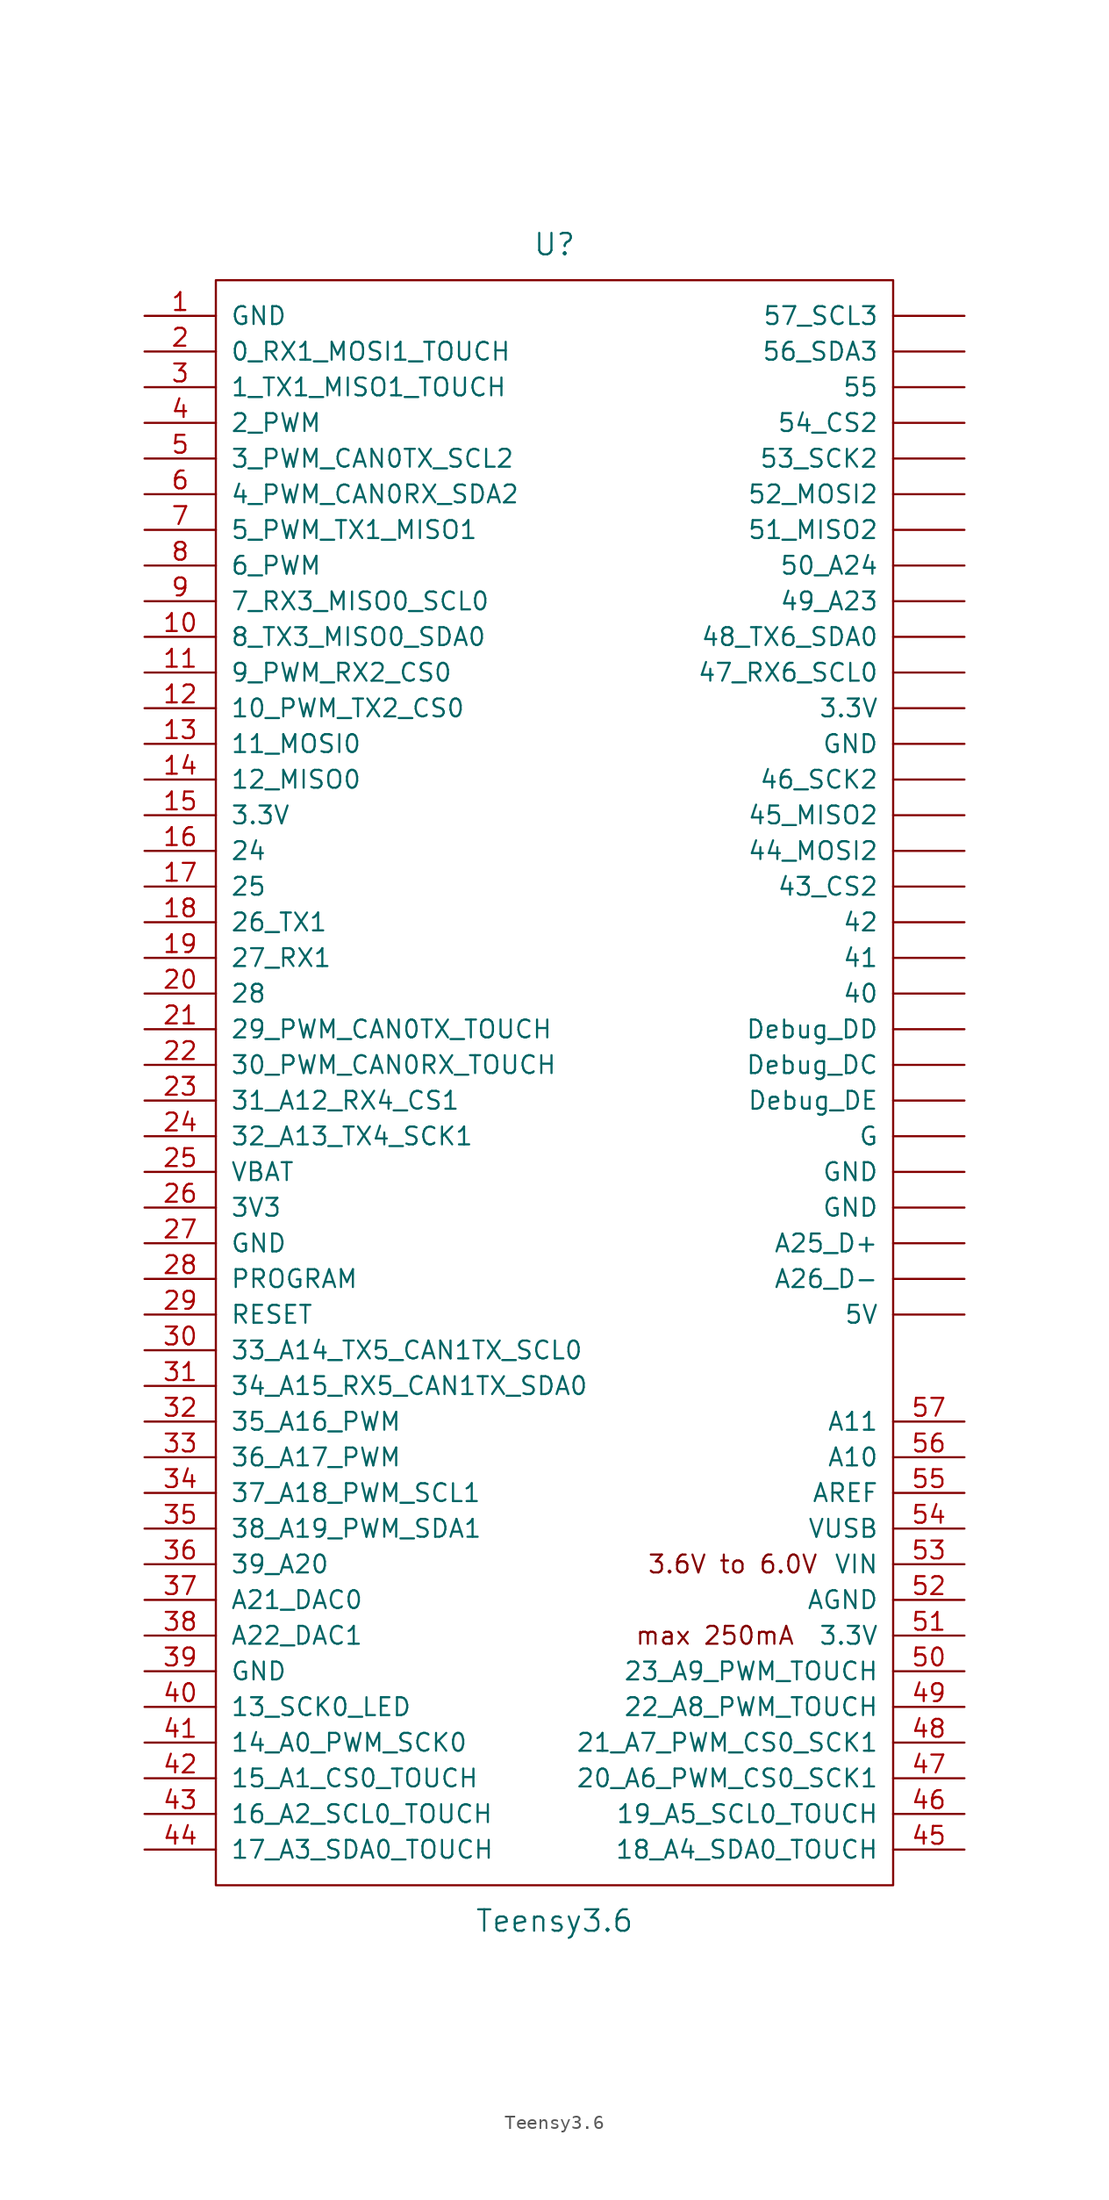
<source format=kicad_sym>
(kicad_symbol_lib
  (version 20211014)
  (generator kicad_symbol_editor)
  (symbol "Teensy3.6"
    (pin_names
      (offset 1.016))
    (property "Reference" "U"
      (at 0 59.69 0)
      (effects (font (size 1.524 1.524))))
    (property "Value" "Teensy3.6"
      (at 0 -59.69 0)
      (effects (font (size 1.524 1.524))))
    (property "Footprint" ""
      (at 0 1.27 0)
      (effects (font (size 1.524 1.524))))
    (property "Datasheet" ""
      (at 0 1.27 0)
      (effects (font (size 1.524 1.524))))
    (symbol "Teensy3.6_0_0"
      (rectangle (start -24.13 57.15) (end 24.13 -57.15) (stroke (width 0) (type default) (color 0 0 0 0)) (fill (type none)))
      (text "3.6V to 6.0V" (at 12.7 -34.29 0) (effects (font (size 1.27 1.27))))
      (text "max 250mA" (at 11.43 -39.37 0) (effects (font (size 1.27 1.27)))))
    (symbol "Teensy3.6_1_1"
      (pin power_in line (at -29.21 54.61 0) (length 5.08) (name "GND" (effects (font (size 1.27 1.27)))) (number "1" (effects (font (size 1.27 1.27)))))
      (pin bidirectional line (at -29.21 31.75 0) (length 5.08) (name "8_TX3_MISO0_SDA0" (effects (font (size 1.27 1.27)))) (number "10" (effects (font (size 1.27 1.27)))))
      (pin bidirectional line (at -29.21 29.21 0) (length 5.08) (name "9_PWM_RX2_CS0" (effects (font (size 1.27 1.27)))) (number "11" (effects (font (size 1.27 1.27)))))
      (pin bidirectional line (at -29.21 26.67 0) (length 5.08) (name "10_PWM_TX2_CS0" (effects (font (size 1.27 1.27)))) (number "12" (effects (font (size 1.27 1.27)))))
      (pin bidirectional line (at -29.21 24.13 0) (length 5.08) (name "11_MOSI0" (effects (font (size 1.27 1.27)))) (number "13" (effects (font (size 1.27 1.27)))))
      (pin bidirectional line (at -29.21 21.59 0) (length 5.08) (name "12_MISO0" (effects (font (size 1.27 1.27)))) (number "14" (effects (font (size 1.27 1.27)))))
      (pin power_in line (at -29.21 19.05 0) (length 5.08) (name "3.3V" (effects (font (size 1.27 1.27)))) (number "15" (effects (font (size 1.27 1.27)))))
      (pin bidirectional line (at -29.21 16.51 0) (length 5.08) (name "24" (effects (font (size 1.27 1.27)))) (number "16" (effects (font (size 1.27 1.27)))))
      (pin bidirectional line (at -29.21 13.97 0) (length 5.08) (name "25" (effects (font (size 1.27 1.27)))) (number "17" (effects (font (size 1.27 1.27)))))
      (pin bidirectional line (at -29.21 11.43 0) (length 5.08) (name "26_TX1" (effects (font (size 1.27 1.27)))) (number "18" (effects (font (size 1.27 1.27)))))
      (pin bidirectional line (at -29.21 8.89 0) (length 5.08) (name "27_RX1" (effects (font (size 1.27 1.27)))) (number "19" (effects (font (size 1.27 1.27)))))
      (pin bidirectional line (at -29.21 52.07 0) (length 5.08) (name "0_RX1_MOSI1_TOUCH" (effects (font (size 1.27 1.27)))) (number "2" (effects (font (size 1.27 1.27)))))
      (pin bidirectional line (at -29.21 6.35 0) (length 5.08) (name "28" (effects (font (size 1.27 1.27)))) (number "20" (effects (font (size 1.27 1.27)))))
      (pin bidirectional line (at -29.21 3.81 0) (length 5.08) (name "29_PWM_CAN0TX_TOUCH" (effects (font (size 1.27 1.27)))) (number "21" (effects (font (size 1.27 1.27)))))
      (pin bidirectional line (at -29.21 1.27 0) (length 5.08) (name "30_PWM_CAN0RX_TOUCH" (effects (font (size 1.27 1.27)))) (number "22" (effects (font (size 1.27 1.27)))))
      (pin bidirectional line (at -29.21 -1.27 0) (length 5.08) (name "31_A12_RX4_CS1" (effects (font (size 1.27 1.27)))) (number "23" (effects (font (size 1.27 1.27)))))
      (pin bidirectional line (at -29.21 -3.81 0) (length 5.08) (name "32_A13_TX4_SCK1" (effects (font (size 1.27 1.27)))) (number "24" (effects (font (size 1.27 1.27)))))
      (pin power_in line (at -29.21 -6.35 0) (length 5.08) (name "VBAT" (effects (font (size 1.27 1.27)))) (number "25" (effects (font (size 1.27 1.27)))))
      (pin power_in line (at -29.21 -8.89 0) (length 5.08) (name "3V3" (effects (font (size 1.27 1.27)))) (number "26" (effects (font (size 1.27 1.27)))))
      (pin power_in line (at -29.21 -11.43 0) (length 5.08) (name "GND" (effects (font (size 1.27 1.27)))) (number "27" (effects (font (size 1.27 1.27)))))
      (pin input line (at -29.21 -13.97 0) (length 5.08) (name "PROGRAM" (effects (font (size 1.27 1.27)))) (number "28" (effects (font (size 1.27 1.27)))))
      (pin input line (at -29.21 -16.51 0) (length 5.08) (name "RESET" (effects (font (size 1.27 1.27)))) (number "29" (effects (font (size 1.27 1.27)))))
      (pin bidirectional line (at -29.21 49.53 0) (length 5.08) (name "1_TX1_MISO1_TOUCH" (effects (font (size 1.27 1.27)))) (number "3" (effects (font (size 1.27 1.27)))))
      (pin bidirectional line (at -29.21 -19.05 0) (length 5.08) (name "33_A14_TX5_CAN1TX_SCL0" (effects (font (size 1.27 1.27)))) (number "30" (effects (font (size 1.27 1.27)))))
      (pin bidirectional line (at -29.21 -21.59 0) (length 5.08) (name "34_A15_RX5_CAN1TX_SDA0" (effects (font (size 1.27 1.27)))) (number "31" (effects (font (size 1.27 1.27)))))
      (pin bidirectional line (at -29.21 -24.13 0) (length 5.08) (name "35_A16_PWM" (effects (font (size 1.27 1.27)))) (number "32" (effects (font (size 1.27 1.27)))))
      (pin bidirectional line (at -29.21 -26.67 0) (length 5.08) (name "36_A17_PWM" (effects (font (size 1.27 1.27)))) (number "33" (effects (font (size 1.27 1.27)))))
      (pin bidirectional line (at -29.21 -29.21 0) (length 5.08) (name "37_A18_PWM_SCL1" (effects (font (size 1.27 1.27)))) (number "34" (effects (font (size 1.27 1.27)))))
      (pin bidirectional line (at -29.21 -31.75 0) (length 5.08) (name "38_A19_PWM_SDA1" (effects (font (size 1.27 1.27)))) (number "35" (effects (font (size 1.27 1.27)))))
      (pin bidirectional line (at -29.21 -34.29 0) (length 5.08) (name "39_A20" (effects (font (size 1.27 1.27)))) (number "36" (effects (font (size 1.27 1.27)))))
      (pin bidirectional line (at -29.21 -36.83 0) (length 5.08) (name "A21_DAC0" (effects (font (size 1.27 1.27)))) (number "37" (effects (font (size 1.27 1.27)))))
      (pin bidirectional line (at -29.21 -39.37 0) (length 5.08) (name "A22_DAC1" (effects (font (size 1.27 1.27)))) (number "38" (effects (font (size 1.27 1.27)))))
      (pin power_in line (at -29.21 -41.91 0) (length 5.08) (name "GND" (effects (font (size 1.27 1.27)))) (number "39" (effects (font (size 1.27 1.27)))))
      (pin bidirectional line (at -29.21 46.99 0) (length 5.08) (name "2_PWM" (effects (font (size 1.27 1.27)))) (number "4" (effects (font (size 1.27 1.27)))))
      (pin bidirectional line (at -29.21 -44.45 0) (length 5.08) (name "13_SCK0_LED" (effects (font (size 1.27 1.27)))) (number "40" (effects (font (size 1.27 1.27)))))
      (pin bidirectional line (at -29.21 -46.99 0) (length 5.08) (name "14_A0_PWM_SCK0" (effects (font (size 1.27 1.27)))) (number "41" (effects (font (size 1.27 1.27)))))
      (pin bidirectional line (at -29.21 -49.53 0) (length 5.08) (name "15_A1_CS0_TOUCH" (effects (font (size 1.27 1.27)))) (number "42" (effects (font (size 1.27 1.27)))))
      (pin bidirectional line (at -29.21 -52.07 0) (length 5.08) (name "16_A2_SCL0_TOUCH" (effects (font (size 1.27 1.27)))) (number "43" (effects (font (size 1.27 1.27)))))
      (pin bidirectional line (at -29.21 -54.61 0) (length 5.08) (name "17_A3_SDA0_TOUCH" (effects (font (size 1.27 1.27)))) (number "44" (effects (font (size 1.27 1.27)))))
      (pin bidirectional line (at 29.21 -54.61 180) (length 5.08) (name "18_A4_SDA0_TOUCH" (effects (font (size 1.27 1.27)))) (number "45" (effects (font (size 1.27 1.27)))))
      (pin bidirectional line (at 29.21 -52.07 180) (length 5.08) (name "19_A5_SCL0_TOUCH" (effects (font (size 1.27 1.27)))) (number "46" (effects (font (size 1.27 1.27)))))
      (pin bidirectional line (at 29.21 -49.53 180) (length 5.08) (name "20_A6_PWM_CS0_SCK1" (effects (font (size 1.27 1.27)))) (number "47" (effects (font (size 1.27 1.27)))))
      (pin bidirectional line (at 29.21 -46.99 180) (length 5.08) (name "21_A7_PWM_CS0_SCK1" (effects (font (size 1.27 1.27)))) (number "48" (effects (font (size 1.27 1.27)))))
      (pin bidirectional line (at 29.21 -44.45 180) (length 5.08) (name "22_A8_PWM_TOUCH" (effects (font (size 1.27 1.27)))) (number "49" (effects (font (size 1.27 1.27)))))
      (pin bidirectional line (at -29.21 44.45 0) (length 5.08) (name "3_PWM_CAN0TX_SCL2" (effects (font (size 1.27 1.27)))) (number "5" (effects (font (size 1.27 1.27)))))
      (pin bidirectional line (at 29.21 -41.91 180) (length 5.08) (name "23_A9_PWM_TOUCH" (effects (font (size 1.27 1.27)))) (number "50" (effects (font (size 1.27 1.27)))))
      (pin power_out line (at 29.21 -39.37 180) (length 5.08) (name "3.3V" (effects (font (size 1.27 1.27)))) (number "51" (effects (font (size 1.27 1.27)))))
      (pin power_out line (at 29.21 -36.83 180) (length 5.08) (name "AGND" (effects (font (size 1.27 1.27)))) (number "52" (effects (font (size 1.27 1.27)))))
      (pin power_in line (at 29.21 -34.29 180) (length 5.08) (name "VIN" (effects (font (size 1.27 1.27)))) (number "53" (effects (font (size 1.27 1.27)))))
      (pin power_in line (at 29.21 -31.75 180) (length 5.08) (name "VUSB" (effects (font (size 1.27 1.27)))) (number "54" (effects (font (size 1.27 1.27)))))
      (pin input line (at 29.21 -29.21 180) (length 5.08) (name "AREF" (effects (font (size 1.27 1.27)))) (number "55" (effects (font (size 1.27 1.27)))))
      (pin bidirectional line (at 29.21 -26.67 180) (length 5.08) (name "A10" (effects (font (size 1.27 1.27)))) (number "56" (effects (font (size 1.27 1.27)))))
      (pin bidirectional line (at 29.21 -24.13 180) (length 5.08) (name "A11" (effects (font (size 1.27 1.27)))) (number "57" (effects (font (size 1.27 1.27)))))
      (pin bidirectional line (at -29.21 41.91 0) (length 5.08) (name "4_PWM_CAN0RX_SDA2" (effects (font (size 1.27 1.27)))) (number "6" (effects (font (size 1.27 1.27)))))
      (pin bidirectional line (at -29.21 39.37 0) (length 5.08) (name "5_PWM_TX1_MISO1" (effects (font (size 1.27 1.27)))) (number "7" (effects (font (size 1.27 1.27)))))
      (pin bidirectional line (at -29.21 36.83 0) (length 5.08) (name "6_PWM" (effects (font (size 1.27 1.27)))) (number "8" (effects (font (size 1.27 1.27)))))
      (pin bidirectional line (at -29.21 34.29 0) (length 5.08) (name "7_RX3_MISO0_SCL0" (effects (font (size 1.27 1.27)))) (number "9" (effects (font (size 1.27 1.27)))))
      (pin power_in line (at 29.21 26.67 180) (length 5.08) (name "3.3V" (effects (font (size 1.27 1.27)))) (number "~" (effects (font (size 1.27 1.27)))))
      (pin bidirectional line (at 29.21 6.35 180) (length 5.08) (name "40" (effects (font (size 1.27 1.27)))) (number "~" (effects (font (size 1.27 1.27)))))
      (pin bidirectional line (at 29.21 8.89 180) (length 5.08) (name "41" (effects (font (size 1.27 1.27)))) (number "~" (effects (font (size 1.27 1.27)))))
      (pin bidirectional line (at 29.21 11.43 180) (length 5.08) (name "42" (effects (font (size 1.27 1.27)))) (number "~" (effects (font (size 1.27 1.27)))))
      (pin bidirectional line (at 29.21 13.97 180) (length 5.08) (name "43_CS2" (effects (font (size 1.27 1.27)))) (number "~" (effects (font (size 1.27 1.27)))))
      (pin bidirectional line (at 29.21 16.51 180) (length 5.08) (name "44_MOSI2" (effects (font (size 1.27 1.27)))) (number "~" (effects (font (size 1.27 1.27)))))
      (pin bidirectional line (at 29.21 19.05 180) (length 5.08) (name "45_MISO2" (effects (font (size 1.27 1.27)))) (number "~" (effects (font (size 1.27 1.27)))))
      (pin bidirectional line (at 29.21 21.59 180) (length 5.08) (name "46_SCK2" (effects (font (size 1.27 1.27)))) (number "~" (effects (font (size 1.27 1.27)))))
      (pin bidirectional line (at 29.21 29.21 180) (length 5.08) (name "47_RX6_SCL0" (effects (font (size 1.27 1.27)))) (number "~" (effects (font (size 1.27 1.27)))))
      (pin bidirectional line (at 29.21 31.75 180) (length 5.08) (name "48_TX6_SDA0" (effects (font (size 1.27 1.27)))) (number "~" (effects (font (size 1.27 1.27)))))
      (pin bidirectional line (at 29.21 34.29 180) (length 5.08) (name "49_A23" (effects (font (size 1.27 1.27)))) (number "~" (effects (font (size 1.27 1.27)))))
      (pin bidirectional line (at 29.21 36.83 180) (length 5.08) (name "50_A24" (effects (font (size 1.27 1.27)))) (number "~" (effects (font (size 1.27 1.27)))))
      (pin bidirectional line (at 29.21 39.37 180) (length 5.08) (name "51_MISO2" (effects (font (size 1.27 1.27)))) (number "~" (effects (font (size 1.27 1.27)))))
      (pin bidirectional line (at 29.21 41.91 180) (length 5.08) (name "52_MOSI2" (effects (font (size 1.27 1.27)))) (number "~" (effects (font (size 1.27 1.27)))))
      (pin bidirectional line (at 29.21 44.45 180) (length 5.08) (name "53_SCK2" (effects (font (size 1.27 1.27)))) (number "~" (effects (font (size 1.27 1.27)))))
      (pin bidirectional line (at 29.21 46.99 180) (length 5.08) (name "54_CS2" (effects (font (size 1.27 1.27)))) (number "~" (effects (font (size 1.27 1.27)))))
      (pin bidirectional line (at 29.21 49.53 180) (length 5.08) (name "55" (effects (font (size 1.27 1.27)))) (number "~" (effects (font (size 1.27 1.27)))))
      (pin bidirectional line (at 29.21 52.07 180) (length 5.08) (name "56_SDA3" (effects (font (size 1.27 1.27)))) (number "~" (effects (font (size 1.27 1.27)))))
      (pin bidirectional line (at 29.21 54.61 180) (length 5.08) (name "57_SCL3" (effects (font (size 1.27 1.27)))) (number "~" (effects (font (size 1.27 1.27)))))
      (pin power_in line (at 29.21 -16.51 180) (length 5.08) (name "5V" (effects (font (size 1.27 1.27)))) (number "~" (effects (font (size 1.27 1.27)))))
      (pin bidirectional line (at 29.21 -11.43 180) (length 5.08) (name "A25_D+" (effects (font (size 1.27 1.27)))) (number "~" (effects (font (size 1.27 1.27)))))
      (pin bidirectional line (at 29.21 -13.97 180) (length 5.08) (name "A26_D-" (effects (font (size 1.27 1.27)))) (number "~" (effects (font (size 1.27 1.27)))))
      (pin input line (at 29.21 1.27 180) (length 5.08) (name "Debug_DC" (effects (font (size 1.27 1.27)))) (number "~" (effects (font (size 1.27 1.27)))))
      (pin input line (at 29.21 3.81 180) (length 5.08) (name "Debug_DD" (effects (font (size 1.27 1.27)))) (number "~" (effects (font (size 1.27 1.27)))))
      (pin input line (at 29.21 -1.27 180) (length 5.08) (name "Debug_DE" (effects (font (size 1.27 1.27)))) (number "~" (effects (font (size 1.27 1.27)))))
      (pin power_in line (at 29.21 -3.81 180) (length 5.08) (name "G" (effects (font (size 1.27 1.27)))) (number "~" (effects (font (size 1.27 1.27)))))
      (pin power_in line (at 29.21 -8.89 180) (length 5.08) (name "GND" (effects (font (size 1.27 1.27)))) (number "~" (effects (font (size 1.27 1.27)))))
      (pin power_in line (at 29.21 -6.35 180) (length 5.08) (name "GND" (effects (font (size 1.27 1.27)))) (number "~" (effects (font (size 1.27 1.27)))))
      (pin power_in line (at 29.21 24.13 180) (length 5.08) (name "GND" (effects (font (size 1.27 1.27)))) (number "~" (effects (font (size 1.27 1.27))))))))
</source>
